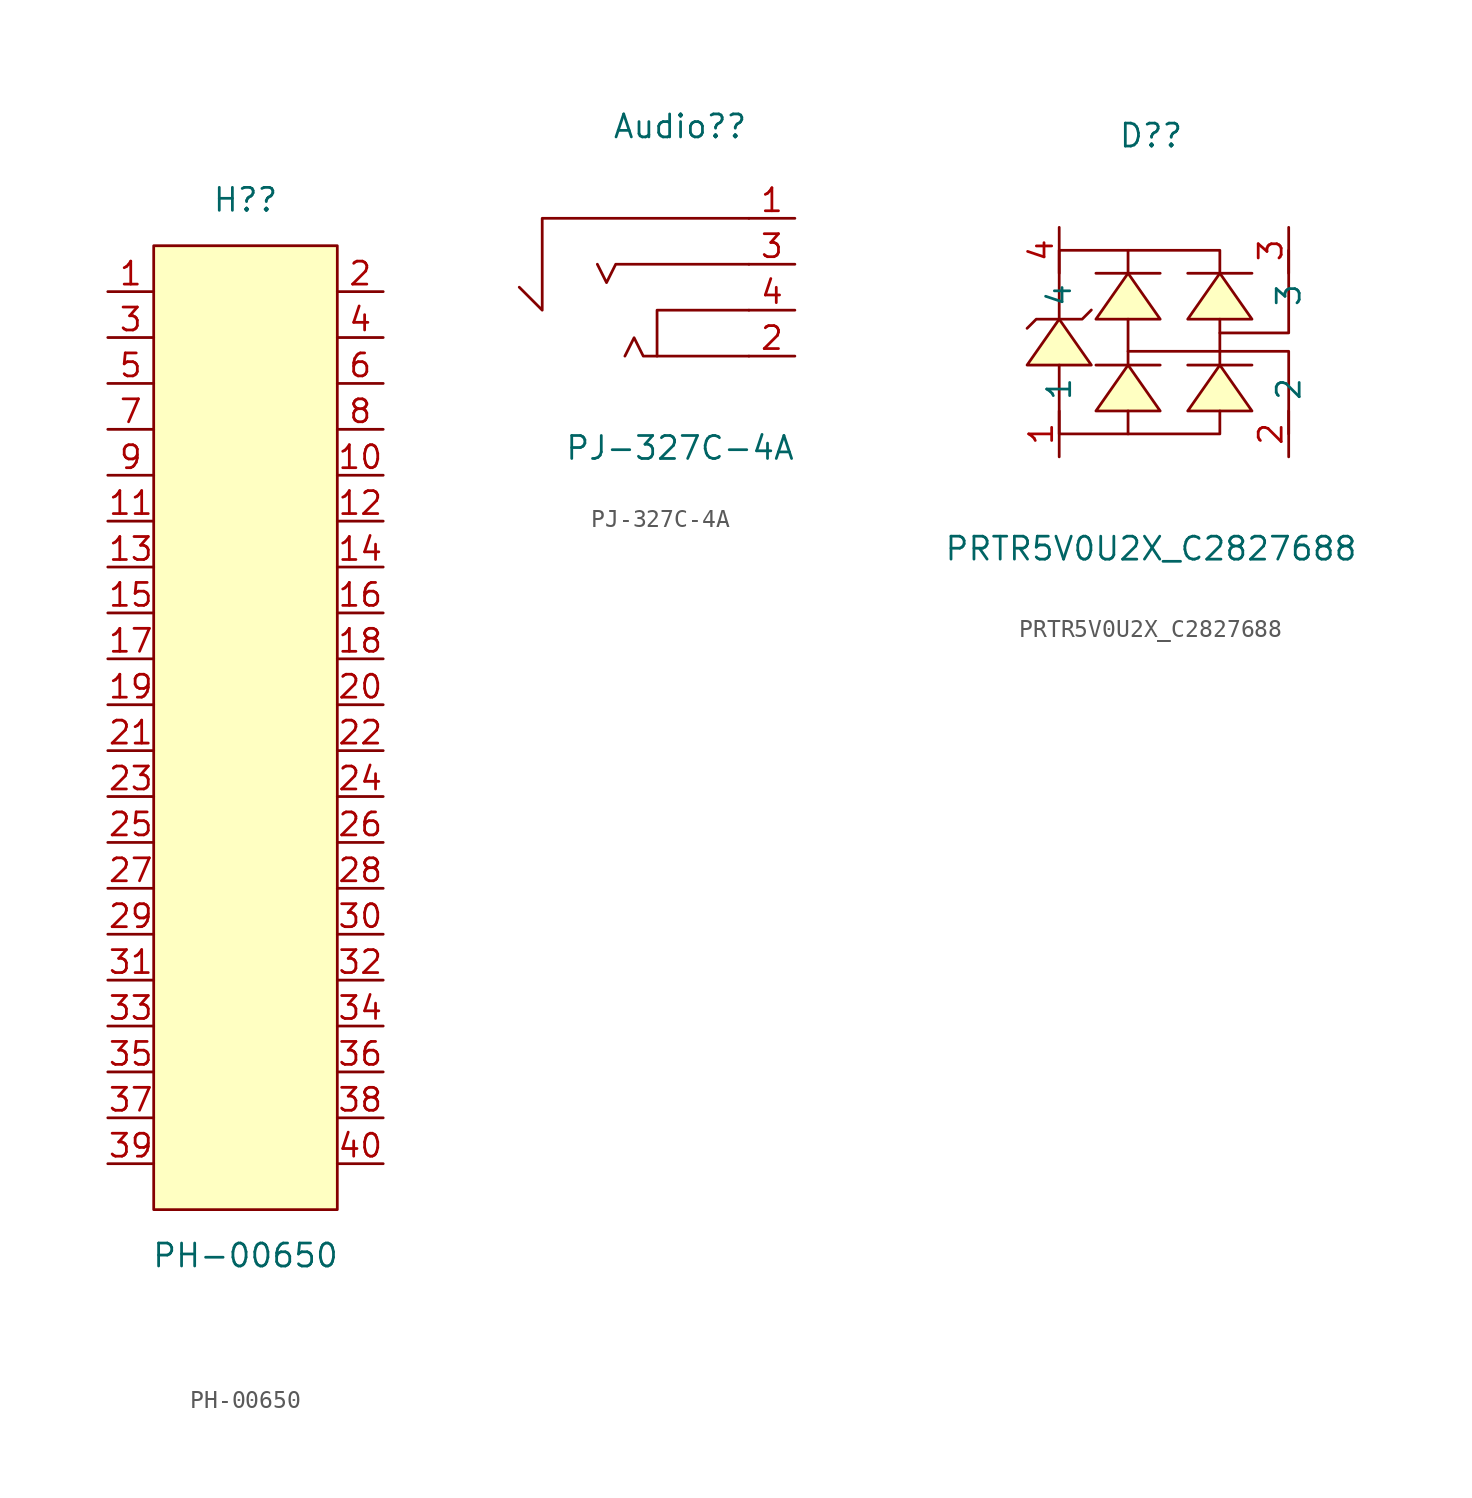
<source format=kicad_sym>
(kicad_symbol_lib
  (version 20211014)
  (generator kicad_symbol_editor)
  (symbol "PH-00650"
    (pin_names hide)
    (property "Reference" "H?"
      (at 0 29.21 0)
      (effects (font (size 1.27 1.27))))
    (property "Value" "PH-00650"
      (at 0 -29.21 0)
      (effects (font (size 1.27 1.27))))
    (symbol "PH-00650_0_1"
      (rectangle (start -5.08 26.67) (end 5.08 -26.67) (stroke (width 0) (type default) (color 0 0 0 0)) (fill (type background)))
      (pin passive line (at -7.62 24.13 0) (length 2.54) (name "1" (effects (font (size 1.27 1.27)))) (number "1" (effects (font (size 1.27 1.27)))))
      (pin passive line (at 7.62 13.97 180) (length 2.54) (name "10" (effects (font (size 1.27 1.27)))) (number "10" (effects (font (size 1.27 1.27)))))
      (pin passive line (at -7.62 11.43 0) (length 2.54) (name "11" (effects (font (size 1.27 1.27)))) (number "11" (effects (font (size 1.27 1.27)))))
      (pin passive line (at 7.62 11.43 180) (length 2.54) (name "12" (effects (font (size 1.27 1.27)))) (number "12" (effects (font (size 1.27 1.27)))))
      (pin passive line (at -7.62 8.89 0) (length 2.54) (name "13" (effects (font (size 1.27 1.27)))) (number "13" (effects (font (size 1.27 1.27)))))
      (pin passive line (at 7.62 8.89 180) (length 2.54) (name "14" (effects (font (size 1.27 1.27)))) (number "14" (effects (font (size 1.27 1.27)))))
      (pin passive line (at -7.62 6.35 0) (length 2.54) (name "15" (effects (font (size 1.27 1.27)))) (number "15" (effects (font (size 1.27 1.27)))))
      (pin passive line (at 7.62 6.35 180) (length 2.54) (name "16" (effects (font (size 1.27 1.27)))) (number "16" (effects (font (size 1.27 1.27)))))
      (pin passive line (at -7.62 3.81 0) (length 2.54) (name "17" (effects (font (size 1.27 1.27)))) (number "17" (effects (font (size 1.27 1.27)))))
      (pin passive line (at 7.62 3.81 180) (length 2.54) (name "18" (effects (font (size 1.27 1.27)))) (number "18" (effects (font (size 1.27 1.27)))))
      (pin passive line (at -7.62 1.27 0) (length 2.54) (name "19" (effects (font (size 1.27 1.27)))) (number "19" (effects (font (size 1.27 1.27)))))
      (pin passive line (at 7.62 24.13 180) (length 2.54) (name "2" (effects (font (size 1.27 1.27)))) (number "2" (effects (font (size 1.27 1.27)))))
      (pin passive line (at 7.62 1.27 180) (length 2.54) (name "20" (effects (font (size 1.27 1.27)))) (number "20" (effects (font (size 1.27 1.27)))))
      (pin passive line (at -7.62 -1.27 0) (length 2.54) (name "21" (effects (font (size 1.27 1.27)))) (number "21" (effects (font (size 1.27 1.27)))))
      (pin passive line (at 7.62 -1.27 180) (length 2.54) (name "22" (effects (font (size 1.27 1.27)))) (number "22" (effects (font (size 1.27 1.27)))))
      (pin passive line (at -7.62 -3.81 0) (length 2.54) (name "23" (effects (font (size 1.27 1.27)))) (number "23" (effects (font (size 1.27 1.27)))))
      (pin passive line (at 7.62 -3.81 180) (length 2.54) (name "24" (effects (font (size 1.27 1.27)))) (number "24" (effects (font (size 1.27 1.27)))))
      (pin passive line (at -7.62 -6.35 0) (length 2.54) (name "25" (effects (font (size 1.27 1.27)))) (number "25" (effects (font (size 1.27 1.27)))))
      (pin passive line (at 7.62 -6.35 180) (length 2.54) (name "26" (effects (font (size 1.27 1.27)))) (number "26" (effects (font (size 1.27 1.27)))))
      (pin passive line (at -7.62 -8.89 0) (length 2.54) (name "27" (effects (font (size 1.27 1.27)))) (number "27" (effects (font (size 1.27 1.27)))))
      (pin passive line (at 7.62 -8.89 180) (length 2.54) (name "28" (effects (font (size 1.27 1.27)))) (number "28" (effects (font (size 1.27 1.27)))))
      (pin passive line (at -7.62 -11.43 0) (length 2.54) (name "29" (effects (font (size 1.27 1.27)))) (number "29" (effects (font (size 1.27 1.27)))))
      (pin passive line (at -7.62 21.59 0) (length 2.54) (name "3" (effects (font (size 1.27 1.27)))) (number "3" (effects (font (size 1.27 1.27)))))
      (pin passive line (at 7.62 -11.43 180) (length 2.54) (name "30" (effects (font (size 1.27 1.27)))) (number "30" (effects (font (size 1.27 1.27)))))
      (pin passive line (at -7.62 -13.97 0) (length 2.54) (name "31" (effects (font (size 1.27 1.27)))) (number "31" (effects (font (size 1.27 1.27)))))
      (pin passive line (at 7.62 -13.97 180) (length 2.54) (name "32" (effects (font (size 1.27 1.27)))) (number "32" (effects (font (size 1.27 1.27)))))
      (pin passive line (at -7.62 -16.51 0) (length 2.54) (name "33" (effects (font (size 1.27 1.27)))) (number "33" (effects (font (size 1.27 1.27)))))
      (pin passive line (at 7.62 -16.51 180) (length 2.54) (name "34" (effects (font (size 1.27 1.27)))) (number "34" (effects (font (size 1.27 1.27)))))
      (pin passive line (at -7.62 -19.05 0) (length 2.54) (name "35" (effects (font (size 1.27 1.27)))) (number "35" (effects (font (size 1.27 1.27)))))
      (pin passive line (at 7.62 -19.05 180) (length 2.54) (name "36" (effects (font (size 1.27 1.27)))) (number "36" (effects (font (size 1.27 1.27)))))
      (pin passive line (at -7.62 -21.59 0) (length 2.54) (name "37" (effects (font (size 1.27 1.27)))) (number "37" (effects (font (size 1.27 1.27)))))
      (pin passive line (at 7.62 -21.59 180) (length 2.54) (name "38" (effects (font (size 1.27 1.27)))) (number "38" (effects (font (size 1.27 1.27)))))
      (pin passive line (at -7.62 -24.13 0) (length 2.54) (name "39" (effects (font (size 1.27 1.27)))) (number "39" (effects (font (size 1.27 1.27)))))
      (pin passive line (at 7.62 21.59 180) (length 2.54) (name "4" (effects (font (size 1.27 1.27)))) (number "4" (effects (font (size 1.27 1.27)))))
      (pin passive line (at 7.62 -24.13 180) (length 2.54) (name "40" (effects (font (size 1.27 1.27)))) (number "40" (effects (font (size 1.27 1.27)))))
      (pin passive line (at -7.62 19.05 0) (length 2.54) (name "5" (effects (font (size 1.27 1.27)))) (number "5" (effects (font (size 1.27 1.27)))))
      (pin passive line (at 7.62 19.05 180) (length 2.54) (name "6" (effects (font (size 1.27 1.27)))) (number "6" (effects (font (size 1.27 1.27)))))
      (pin passive line (at -7.62 16.51 0) (length 2.54) (name "7" (effects (font (size 1.27 1.27)))) (number "7" (effects (font (size 1.27 1.27)))))
      (pin passive line (at 7.62 16.51 180) (length 2.54) (name "8" (effects (font (size 1.27 1.27)))) (number "8" (effects (font (size 1.27 1.27)))))
      (pin passive line (at -7.62 13.97 0) (length 2.54) (name "9" (effects (font (size 1.27 1.27)))) (number "9" (effects (font (size 1.27 1.27)))))))
  (symbol "PJ-327C-4A"
    (pin_names hide)
    (property "Reference" "Audio?"
      (at 0 7.62 0)
      (effects (font (size 1.27 1.27))))
    (property "Value" "PJ-327C-4A"
      (at 0 -10.16 0)
      (effects (font (size 1.27 1.27))))
    (symbol "PJ-327C-4A_0_1"
      (polyline (pts (xy 3.81 -5.08) (xy -2.032 -5.08) (xy -2.54 -4.064) (xy -3.048 -5.08)) (stroke (width 0) (type default) (color 0 0 0 0)) (fill (type none)))
      (polyline (pts (xy 3.81 -2.54) (xy -0.762 -2.54) (xy -1.27 -2.54) (xy -1.27 -5.08)) (stroke (width 0) (type default) (color 0 0 0 0)) (fill (type none)))
      (polyline (pts (xy 3.81 0) (xy -3.556 0) (xy -4.064 -1.016) (xy -4.572 0)) (stroke (width 0) (type default) (color 0 0 0 0)) (fill (type none)))
      (polyline (pts (xy 3.81 2.54) (xy -7.62 2.54) (xy -7.62 -2.54) (xy -8.89 -1.27)) (stroke (width 0) (type default) (color 0 0 0 0)) (fill (type none)))
      (pin passive line (at 6.35 2.54 180) (length 2.54) (name "1" (effects (font (size 1.27 1.27)))) (number "1" (effects (font (size 1.27 1.27)))))
      (pin passive line (at 6.35 -5.08 180) (length 2.54) (name "2" (effects (font (size 1.27 1.27)))) (number "2" (effects (font (size 1.27 1.27)))))
      (pin passive line (at 6.35 0 180) (length 2.54) (name "3" (effects (font (size 1.27 1.27)))) (number "3" (effects (font (size 1.27 1.27)))))
      (pin passive line (at 6.35 -2.54 180) (length 2.54) (name "4" (effects (font (size 1.27 1.27)))) (number "4" (effects (font (size 1.27 1.27)))))))
  (symbol "PRTR5V0U2X_C2827688"
    (property "Reference" "D?"
      (at 0 12.70 0)
      (effects (font (size 1.27 1.27))))
    (property "Value" "PRTR5V0U2X_C2827688"
      (at 0 -10.16 0)
      (effects (font (size 1.27 1.27))))
    (symbol "PRTR5V0U2X_C2827688_0_1"
      (polyline (pts (xy -3.302 -0.0) (xy -5.08 2.54) (xy -6.858 -0.0) (xy -3.302 -0.0)) (stroke (width 0) (type default) (color 0 0 0 0)) (fill (type background)))
      (polyline (pts (xy 0.508 2.54) (xy -1.27 5.08) (xy -3.048 2.54) (xy 0.508 2.54)) (stroke (width 0) (type default) (color 0 0 0 0)) (fill (type background)))
      (polyline (pts (xy 5.588 2.54) (xy 3.81 5.08) (xy 2.032 2.54) (xy 5.588 2.54)) (stroke (width 0) (type default) (color 0 0 0 0)) (fill (type background)))
      (polyline (pts (xy 5.588 -2.54) (xy 3.81 -0.0) (xy 2.032 -2.54) (xy 5.588 -2.54)) (stroke (width 0) (type default) (color 0 0 0 0)) (fill (type background)))
      (polyline (pts (xy 0.508 -2.54) (xy -1.27 -0.0) (xy -3.048 -2.54) (xy 0.508 -2.54)) (stroke (width 0) (type default) (color 0 0 0 0)) (fill (type background)))
      (polyline (pts (xy -3.302 3.048) (xy -3.81 2.54) (xy -6.35 2.54) (xy -6.858 2.032)) (stroke (width 0) (type default) (color 0 0 0 0)) (fill (type none)))
      (polyline (pts (xy 0.508 5.08) (xy -3.048 5.08)) (stroke (width 0) (type default) (color 0 0 0 0)) (fill (type none)))
      (polyline (pts (xy 5.588 5.08) (xy 2.032 5.08)) (stroke (width 0) (type default) (color 0 0 0 0)) (fill (type none)))
      (polyline (pts (xy 5.588 -0.0) (xy 2.032 -0.0)) (stroke (width 0) (type default) (color 0 0 0 0)) (fill (type none)))
      (polyline (pts (xy 0.508 -0.0) (xy -3.048 -0.0)) (stroke (width 0) (type default) (color 0 0 0 0)) (fill (type none)))
      (polyline (pts (xy 3.81 5.08) (xy 3.81 6.35) (xy -1.27 6.35) (xy -1.27 5.08)) (stroke (width 0) (type default) (color 0 0 0 0)) (fill (type none)))
      (polyline (pts (xy -1.27 6.35) (xy -5.08 6.35) (xy -5.08 2.54)) (stroke (width 0) (type default) (color 0 0 0 0)) (fill (type none)))
      (polyline (pts (xy -5.08 -0.0) (xy -5.08 -3.81) (xy -1.27 -3.81) (xy -1.27 -2.54)) (stroke (width 0) (type default) (color 0 0 0 0)) (fill (type none)))
      (polyline (pts (xy -1.27 -3.81) (xy 3.81 -3.81) (xy 3.81 -2.54)) (stroke (width 0) (type default) (color 0 0 0 0)) (fill (type none)))
      (polyline (pts (xy -1.27 -0.0) (xy -1.27 2.54)) (stroke (width 0) (type default) (color 0 0 0 0)) (fill (type none)))
      (polyline (pts (xy 3.81 -0.0) (xy 3.81 2.54)) (stroke (width 0) (type default) (color 0 0 0 0)) (fill (type none)))
      (polyline (pts (xy -1.27 0.762) (xy 7.62 0.762) (xy 7.62 -3.81)) (stroke (width 0) (type default) (color 0 0 0 0)) (fill (type none)))
      (polyline (pts (xy 3.81 1.778) (xy 7.62 1.778) (xy 7.62 6.35)) (stroke (width 0) (type default) (color 0 0 0 0)) (fill (type none)))
      (pin unspecified line (at -5.08 -5.08 90) (length 2.54) (name "1" (effects (font (size 1.27 1.27)))) (number "1" (effects (font (size 1.27 1.27)))))
      (pin unspecified line (at 7.62 -5.08 90) (length 2.54) (name "2" (effects (font (size 1.27 1.27)))) (number "2" (effects (font (size 1.27 1.27)))))
      (pin unspecified line (at 7.62 7.62 270) (length 2.54) (name "3" (effects (font (size 1.27 1.27)))) (number "3" (effects (font (size 1.27 1.27)))))
      (pin unspecified line (at -5.08 7.62 270) (length 2.54) (name "4" (effects (font (size 1.27 1.27)))) (number "4" (effects (font (size 1.27 1.27))))))))
</source>
